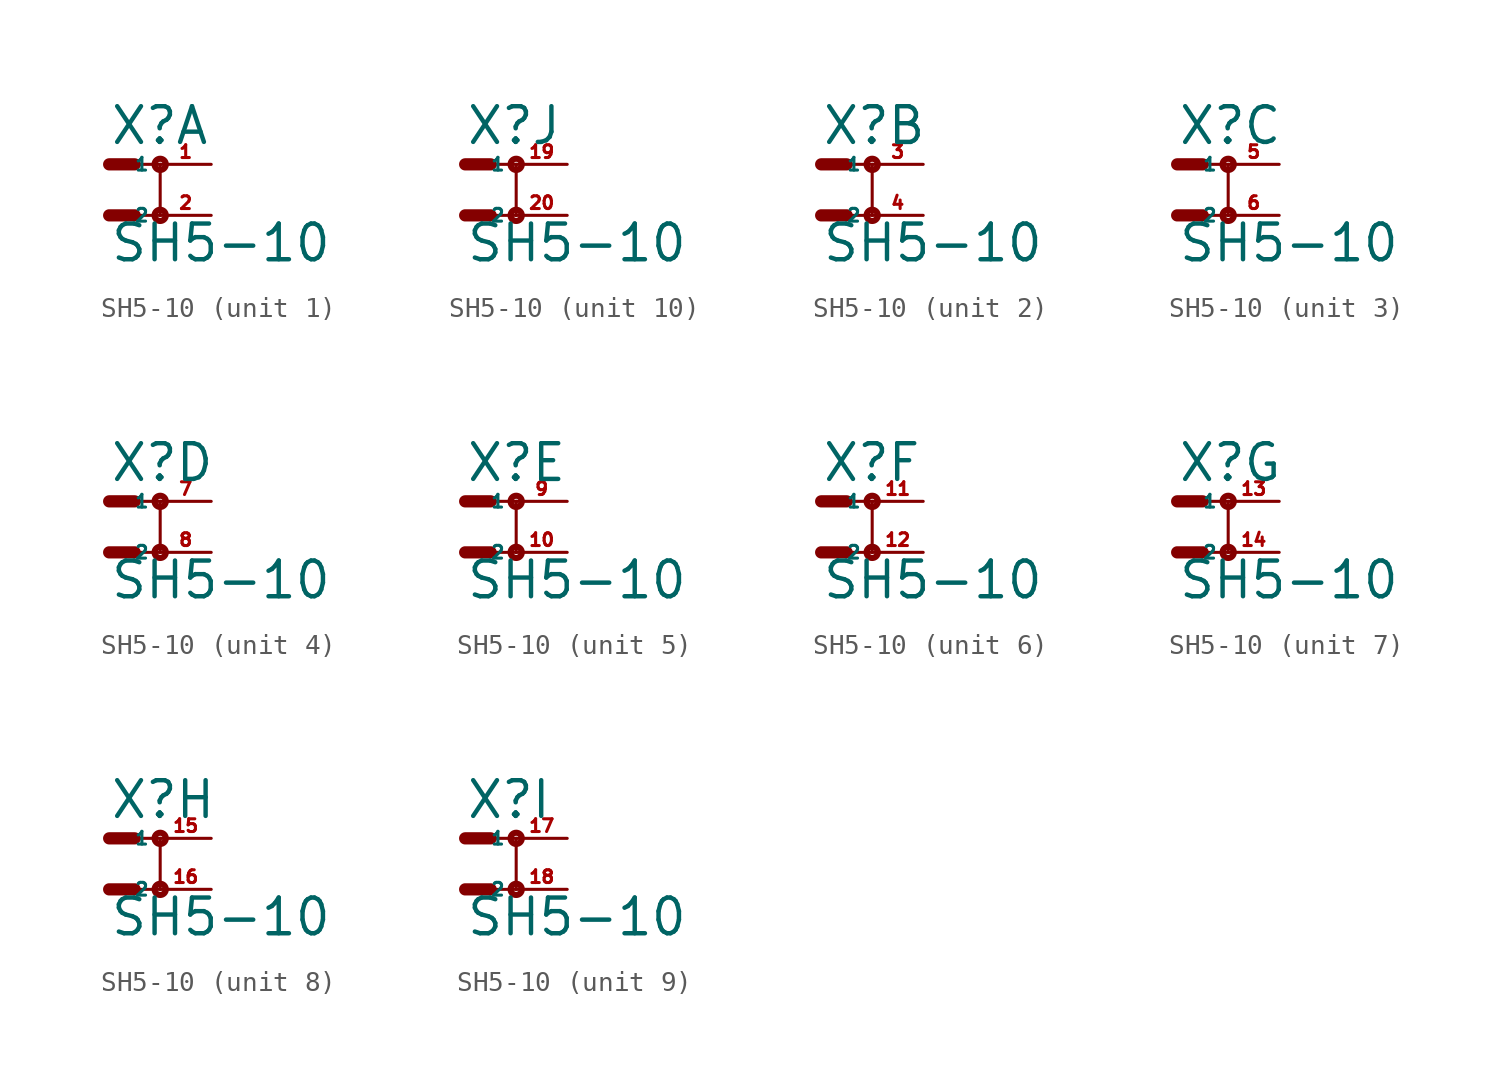
<source format=kicad_sym>
(kicad_symbol_lib
  (version 20220914)
  (generator Eagle2Kicad)
  (symbol "SH5-10"
    (property "Reference" "X"
      (at 0 3.429 0)
      (effects (font (size 1.778 1.778) (thickness 0.22)) (justify left bottom)))
    (property "Value" "SH5-10"
      (at 0 -2.413 0)
      (effects (font (size 1.778 1.778) (thickness 0.22)) (justify left bottom)))
    (symbol "SH5-10_1_0"
      (polyline (pts (xy 0 0) (xy 1.27 0)) (stroke (width 0.61) (type default)) (fill (type none)))
      (polyline (pts (xy 2.54 0) (xy 1.27 0)) (stroke (width 0.152) (type default)) (fill (type none)))
      (polyline (pts (xy 0 2.54) (xy 1.27 2.54)) (stroke (width 0.61) (type default)) (fill (type none)))
      (polyline (pts (xy 2.54 2.54) (xy 1.27 2.54)) (stroke (width 0.152) (type default)) (fill (type none)))
      (polyline (pts (xy 2.54 2.54) (xy 2.54 0)) (stroke (width 0.152) (type default)) (fill (type none)))
      (circle (center 2.54 0) (radius 0.127) (stroke (width 0.305) (type default)) (fill (type none)))
      (circle (center 2.54 2.54) (radius 0.127) (stroke (width 0.305) (type default)) (fill (type none)))
      (pin passive line (at 5.08 2.54 180) (length 2.54) (name "1" (effects (font (size 0.635 0.635) (thickness 0.08)) (justify left bottom))) (number "1" (effects (font (size 0.635 0.635) (thickness 0.08)) (justify left bottom))))
      (pin passive line (at 5.08 0 180) (length 2.54) (name "2" (effects (font (size 0.635 0.635) (thickness 0.08)) (justify left bottom))) (number "2" (effects (font (size 0.635 0.635) (thickness 0.08)) (justify left bottom)))))
    (symbol "SH5-10_2_0"
      (polyline (pts (xy 0 0) (xy 1.27 0)) (stroke (width 0.61) (type default)) (fill (type none)))
      (polyline (pts (xy 2.54 0) (xy 1.27 0)) (stroke (width 0.152) (type default)) (fill (type none)))
      (polyline (pts (xy 0 2.54) (xy 1.27 2.54)) (stroke (width 0.61) (type default)) (fill (type none)))
      (polyline (pts (xy 2.54 2.54) (xy 1.27 2.54)) (stroke (width 0.152) (type default)) (fill (type none)))
      (polyline (pts (xy 2.54 2.54) (xy 2.54 0)) (stroke (width 0.152) (type default)) (fill (type none)))
      (circle (center 2.54 0) (radius 0.127) (stroke (width 0.305) (type default)) (fill (type none)))
      (circle (center 2.54 2.54) (radius 0.127) (stroke (width 0.305) (type default)) (fill (type none)))
      (pin passive line (at 5.08 2.54 180) (length 2.54) (name "1" (effects (font (size 0.635 0.635) (thickness 0.08)) (justify left bottom))) (number "3" (effects (font (size 0.635 0.635) (thickness 0.08)) (justify left bottom))))
      (pin passive line (at 5.08 0 180) (length 2.54) (name "2" (effects (font (size 0.635 0.635) (thickness 0.08)) (justify left bottom))) (number "4" (effects (font (size 0.635 0.635) (thickness 0.08)) (justify left bottom)))))
    (symbol "SH5-10_3_0"
      (polyline (pts (xy 0 0) (xy 1.27 0)) (stroke (width 0.61) (type default)) (fill (type none)))
      (polyline (pts (xy 2.54 0) (xy 1.27 0)) (stroke (width 0.152) (type default)) (fill (type none)))
      (polyline (pts (xy 0 2.54) (xy 1.27 2.54)) (stroke (width 0.61) (type default)) (fill (type none)))
      (polyline (pts (xy 2.54 2.54) (xy 1.27 2.54)) (stroke (width 0.152) (type default)) (fill (type none)))
      (polyline (pts (xy 2.54 2.54) (xy 2.54 0)) (stroke (width 0.152) (type default)) (fill (type none)))
      (circle (center 2.54 0) (radius 0.127) (stroke (width 0.305) (type default)) (fill (type none)))
      (circle (center 2.54 2.54) (radius 0.127) (stroke (width 0.305) (type default)) (fill (type none)))
      (pin passive line (at 5.08 2.54 180) (length 2.54) (name "1" (effects (font (size 0.635 0.635) (thickness 0.08)) (justify left bottom))) (number "5" (effects (font (size 0.635 0.635) (thickness 0.08)) (justify left bottom))))
      (pin passive line (at 5.08 0 180) (length 2.54) (name "2" (effects (font (size 0.635 0.635) (thickness 0.08)) (justify left bottom))) (number "6" (effects (font (size 0.635 0.635) (thickness 0.08)) (justify left bottom)))))
    (symbol "SH5-10_4_0"
      (polyline (pts (xy 0 0) (xy 1.27 0)) (stroke (width 0.61) (type default)) (fill (type none)))
      (polyline (pts (xy 2.54 0) (xy 1.27 0)) (stroke (width 0.152) (type default)) (fill (type none)))
      (polyline (pts (xy 0 2.54) (xy 1.27 2.54)) (stroke (width 0.61) (type default)) (fill (type none)))
      (polyline (pts (xy 2.54 2.54) (xy 1.27 2.54)) (stroke (width 0.152) (type default)) (fill (type none)))
      (polyline (pts (xy 2.54 2.54) (xy 2.54 0)) (stroke (width 0.152) (type default)) (fill (type none)))
      (circle (center 2.54 0) (radius 0.127) (stroke (width 0.305) (type default)) (fill (type none)))
      (circle (center 2.54 2.54) (radius 0.127) (stroke (width 0.305) (type default)) (fill (type none)))
      (pin passive line (at 5.08 2.54 180) (length 2.54) (name "1" (effects (font (size 0.635 0.635) (thickness 0.08)) (justify left bottom))) (number "7" (effects (font (size 0.635 0.635) (thickness 0.08)) (justify left bottom))))
      (pin passive line (at 5.08 0 180) (length 2.54) (name "2" (effects (font (size 0.635 0.635) (thickness 0.08)) (justify left bottom))) (number "8" (effects (font (size 0.635 0.635) (thickness 0.08)) (justify left bottom)))))
    (symbol "SH5-10_5_0"
      (polyline (pts (xy 0 0) (xy 1.27 0)) (stroke (width 0.61) (type default)) (fill (type none)))
      (polyline (pts (xy 2.54 0) (xy 1.27 0)) (stroke (width 0.152) (type default)) (fill (type none)))
      (polyline (pts (xy 0 2.54) (xy 1.27 2.54)) (stroke (width 0.61) (type default)) (fill (type none)))
      (polyline (pts (xy 2.54 2.54) (xy 1.27 2.54)) (stroke (width 0.152) (type default)) (fill (type none)))
      (polyline (pts (xy 2.54 2.54) (xy 2.54 0)) (stroke (width 0.152) (type default)) (fill (type none)))
      (circle (center 2.54 0) (radius 0.127) (stroke (width 0.305) (type default)) (fill (type none)))
      (circle (center 2.54 2.54) (radius 0.127) (stroke (width 0.305) (type default)) (fill (type none)))
      (pin passive line (at 5.08 2.54 180) (length 2.54) (name "1" (effects (font (size 0.635 0.635) (thickness 0.08)) (justify left bottom))) (number "9" (effects (font (size 0.635 0.635) (thickness 0.08)) (justify left bottom))))
      (pin passive line (at 5.08 0 180) (length 2.54) (name "2" (effects (font (size 0.635 0.635) (thickness 0.08)) (justify left bottom))) (number "10" (effects (font (size 0.635 0.635) (thickness 0.08)) (justify left bottom)))))
    (symbol "SH5-10_6_0"
      (polyline (pts (xy 0 0) (xy 1.27 0)) (stroke (width 0.61) (type default)) (fill (type none)))
      (polyline (pts (xy 2.54 0) (xy 1.27 0)) (stroke (width 0.152) (type default)) (fill (type none)))
      (polyline (pts (xy 0 2.54) (xy 1.27 2.54)) (stroke (width 0.61) (type default)) (fill (type none)))
      (polyline (pts (xy 2.54 2.54) (xy 1.27 2.54)) (stroke (width 0.152) (type default)) (fill (type none)))
      (polyline (pts (xy 2.54 2.54) (xy 2.54 0)) (stroke (width 0.152) (type default)) (fill (type none)))
      (circle (center 2.54 0) (radius 0.127) (stroke (width 0.305) (type default)) (fill (type none)))
      (circle (center 2.54 2.54) (radius 0.127) (stroke (width 0.305) (type default)) (fill (type none)))
      (pin passive line (at 5.08 2.54 180) (length 2.54) (name "1" (effects (font (size 0.635 0.635) (thickness 0.08)) (justify left bottom))) (number "11" (effects (font (size 0.635 0.635) (thickness 0.08)) (justify left bottom))))
      (pin passive line (at 5.08 0 180) (length 2.54) (name "2" (effects (font (size 0.635 0.635) (thickness 0.08)) (justify left bottom))) (number "12" (effects (font (size 0.635 0.635) (thickness 0.08)) (justify left bottom)))))
    (symbol "SH5-10_7_0"
      (polyline (pts (xy 0 0) (xy 1.27 0)) (stroke (width 0.61) (type default)) (fill (type none)))
      (polyline (pts (xy 2.54 0) (xy 1.27 0)) (stroke (width 0.152) (type default)) (fill (type none)))
      (polyline (pts (xy 0 2.54) (xy 1.27 2.54)) (stroke (width 0.61) (type default)) (fill (type none)))
      (polyline (pts (xy 2.54 2.54) (xy 1.27 2.54)) (stroke (width 0.152) (type default)) (fill (type none)))
      (polyline (pts (xy 2.54 2.54) (xy 2.54 0)) (stroke (width 0.152) (type default)) (fill (type none)))
      (circle (center 2.54 0) (radius 0.127) (stroke (width 0.305) (type default)) (fill (type none)))
      (circle (center 2.54 2.54) (radius 0.127) (stroke (width 0.305) (type default)) (fill (type none)))
      (pin passive line (at 5.08 2.54 180) (length 2.54) (name "1" (effects (font (size 0.635 0.635) (thickness 0.08)) (justify left bottom))) (number "13" (effects (font (size 0.635 0.635) (thickness 0.08)) (justify left bottom))))
      (pin passive line (at 5.08 0 180) (length 2.54) (name "2" (effects (font (size 0.635 0.635) (thickness 0.08)) (justify left bottom))) (number "14" (effects (font (size 0.635 0.635) (thickness 0.08)) (justify left bottom)))))
    (symbol "SH5-10_8_0"
      (polyline (pts (xy 0 0) (xy 1.27 0)) (stroke (width 0.61) (type default)) (fill (type none)))
      (polyline (pts (xy 2.54 0) (xy 1.27 0)) (stroke (width 0.152) (type default)) (fill (type none)))
      (polyline (pts (xy 0 2.54) (xy 1.27 2.54)) (stroke (width 0.61) (type default)) (fill (type none)))
      (polyline (pts (xy 2.54 2.54) (xy 1.27 2.54)) (stroke (width 0.152) (type default)) (fill (type none)))
      (polyline (pts (xy 2.54 2.54) (xy 2.54 0)) (stroke (width 0.152) (type default)) (fill (type none)))
      (circle (center 2.54 0) (radius 0.127) (stroke (width 0.305) (type default)) (fill (type none)))
      (circle (center 2.54 2.54) (radius 0.127) (stroke (width 0.305) (type default)) (fill (type none)))
      (pin passive line (at 5.08 2.54 180) (length 2.54) (name "1" (effects (font (size 0.635 0.635) (thickness 0.08)) (justify left bottom))) (number "15" (effects (font (size 0.635 0.635) (thickness 0.08)) (justify left bottom))))
      (pin passive line (at 5.08 0 180) (length 2.54) (name "2" (effects (font (size 0.635 0.635) (thickness 0.08)) (justify left bottom))) (number "16" (effects (font (size 0.635 0.635) (thickness 0.08)) (justify left bottom)))))
    (symbol "SH5-10_9_0"
      (polyline (pts (xy 0 0) (xy 1.27 0)) (stroke (width 0.61) (type default)) (fill (type none)))
      (polyline (pts (xy 2.54 0) (xy 1.27 0)) (stroke (width 0.152) (type default)) (fill (type none)))
      (polyline (pts (xy 0 2.54) (xy 1.27 2.54)) (stroke (width 0.61) (type default)) (fill (type none)))
      (polyline (pts (xy 2.54 2.54) (xy 1.27 2.54)) (stroke (width 0.152) (type default)) (fill (type none)))
      (polyline (pts (xy 2.54 2.54) (xy 2.54 0)) (stroke (width 0.152) (type default)) (fill (type none)))
      (circle (center 2.54 0) (radius 0.127) (stroke (width 0.305) (type default)) (fill (type none)))
      (circle (center 2.54 2.54) (radius 0.127) (stroke (width 0.305) (type default)) (fill (type none)))
      (pin passive line (at 5.08 2.54 180) (length 2.54) (name "1" (effects (font (size 0.635 0.635) (thickness 0.08)) (justify left bottom))) (number "17" (effects (font (size 0.635 0.635) (thickness 0.08)) (justify left bottom))))
      (pin passive line (at 5.08 0 180) (length 2.54) (name "2" (effects (font (size 0.635 0.635) (thickness 0.08)) (justify left bottom))) (number "18" (effects (font (size 0.635 0.635) (thickness 0.08)) (justify left bottom)))))
    (symbol "SH5-10_10_0"
      (polyline (pts (xy 0 0) (xy 1.27 0)) (stroke (width 0.61) (type default)) (fill (type none)))
      (polyline (pts (xy 2.54 0) (xy 1.27 0)) (stroke (width 0.152) (type default)) (fill (type none)))
      (polyline (pts (xy 0 2.54) (xy 1.27 2.54)) (stroke (width 0.61) (type default)) (fill (type none)))
      (polyline (pts (xy 2.54 2.54) (xy 1.27 2.54)) (stroke (width 0.152) (type default)) (fill (type none)))
      (polyline (pts (xy 2.54 2.54) (xy 2.54 0)) (stroke (width 0.152) (type default)) (fill (type none)))
      (circle (center 2.54 0) (radius 0.127) (stroke (width 0.305) (type default)) (fill (type none)))
      (circle (center 2.54 2.54) (radius 0.127) (stroke (width 0.305) (type default)) (fill (type none)))
      (pin passive line (at 5.08 2.54 180) (length 2.54) (name "1" (effects (font (size 0.635 0.635) (thickness 0.08)) (justify left bottom))) (number "19" (effects (font (size 0.635 0.635) (thickness 0.08)) (justify left bottom))))
      (pin passive line (at 5.08 0 180) (length 2.54) (name "2" (effects (font (size 0.635 0.635) (thickness 0.08)) (justify left bottom))) (number "20" (effects (font (size 0.635 0.635) (thickness 0.08)) (justify left bottom)))))))
</source>
